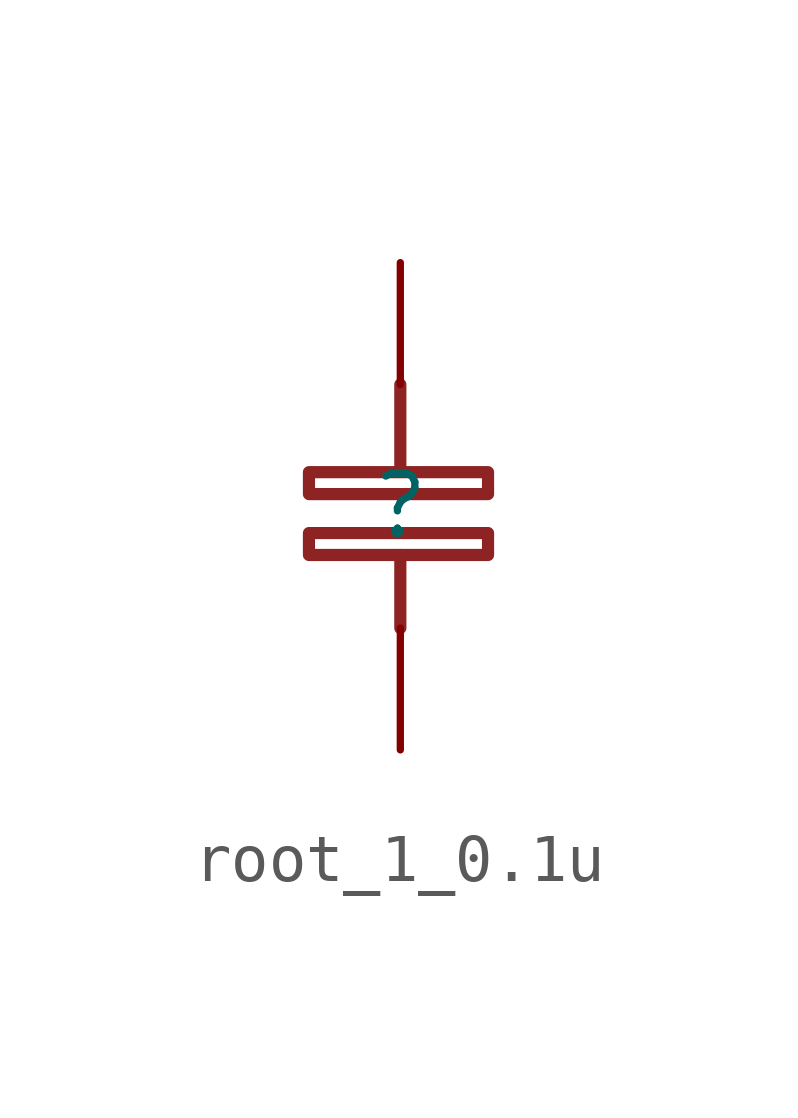
<source format=kicad_sym>
(kicad_symbol_lib
  (version 20231120)
  (generator "kicad_symbol_editor")
  (generator_version "8.0")
  (symbol "root_1_0.1u"
    (property "Reference" ""
      (at 0 0 0)
      (effects (font (size 1.27 1.27))))
    (property "Value" ""
      (at 0 0 0)
      (effects (font (size 1.27 1.27))))
    (symbol "root_1_0.1u_1_0"
      (rectangle (start -1.905 -0.559) (end 1.829 -1.016) (stroke (width 0.254) (type solid) (color 141 35 35 1)) (fill (type none)))
      (rectangle (start -1.905 0.711) (end 1.829 0.254) (stroke (width 0.254) (type solid) (color 141 35 35 1)) (fill (type none)))
      (polyline (pts (xy 0 -2.54) (xy 0 -1.016)) (stroke (width 0.254) (type solid) (color 141 35 35 1)) (fill (type none)))
      (polyline (pts (xy 0 2.54) (xy 0 0.762)) (stroke (width 0.254) (type solid) (color 141 35 35 1)) (fill (type none)))
      (pin passive line (at 0 -5.08 90) (length 2.54) (name "1" (effects (font (size 0 0)))) (number "1" (effects (font (size 0 0)))))
      (pin passive line (at 0 5.08 270) (length 2.54) (name "2" (effects (font (size 0 0)))) (number "2" (effects (font (size 0 0))))))))
</source>
